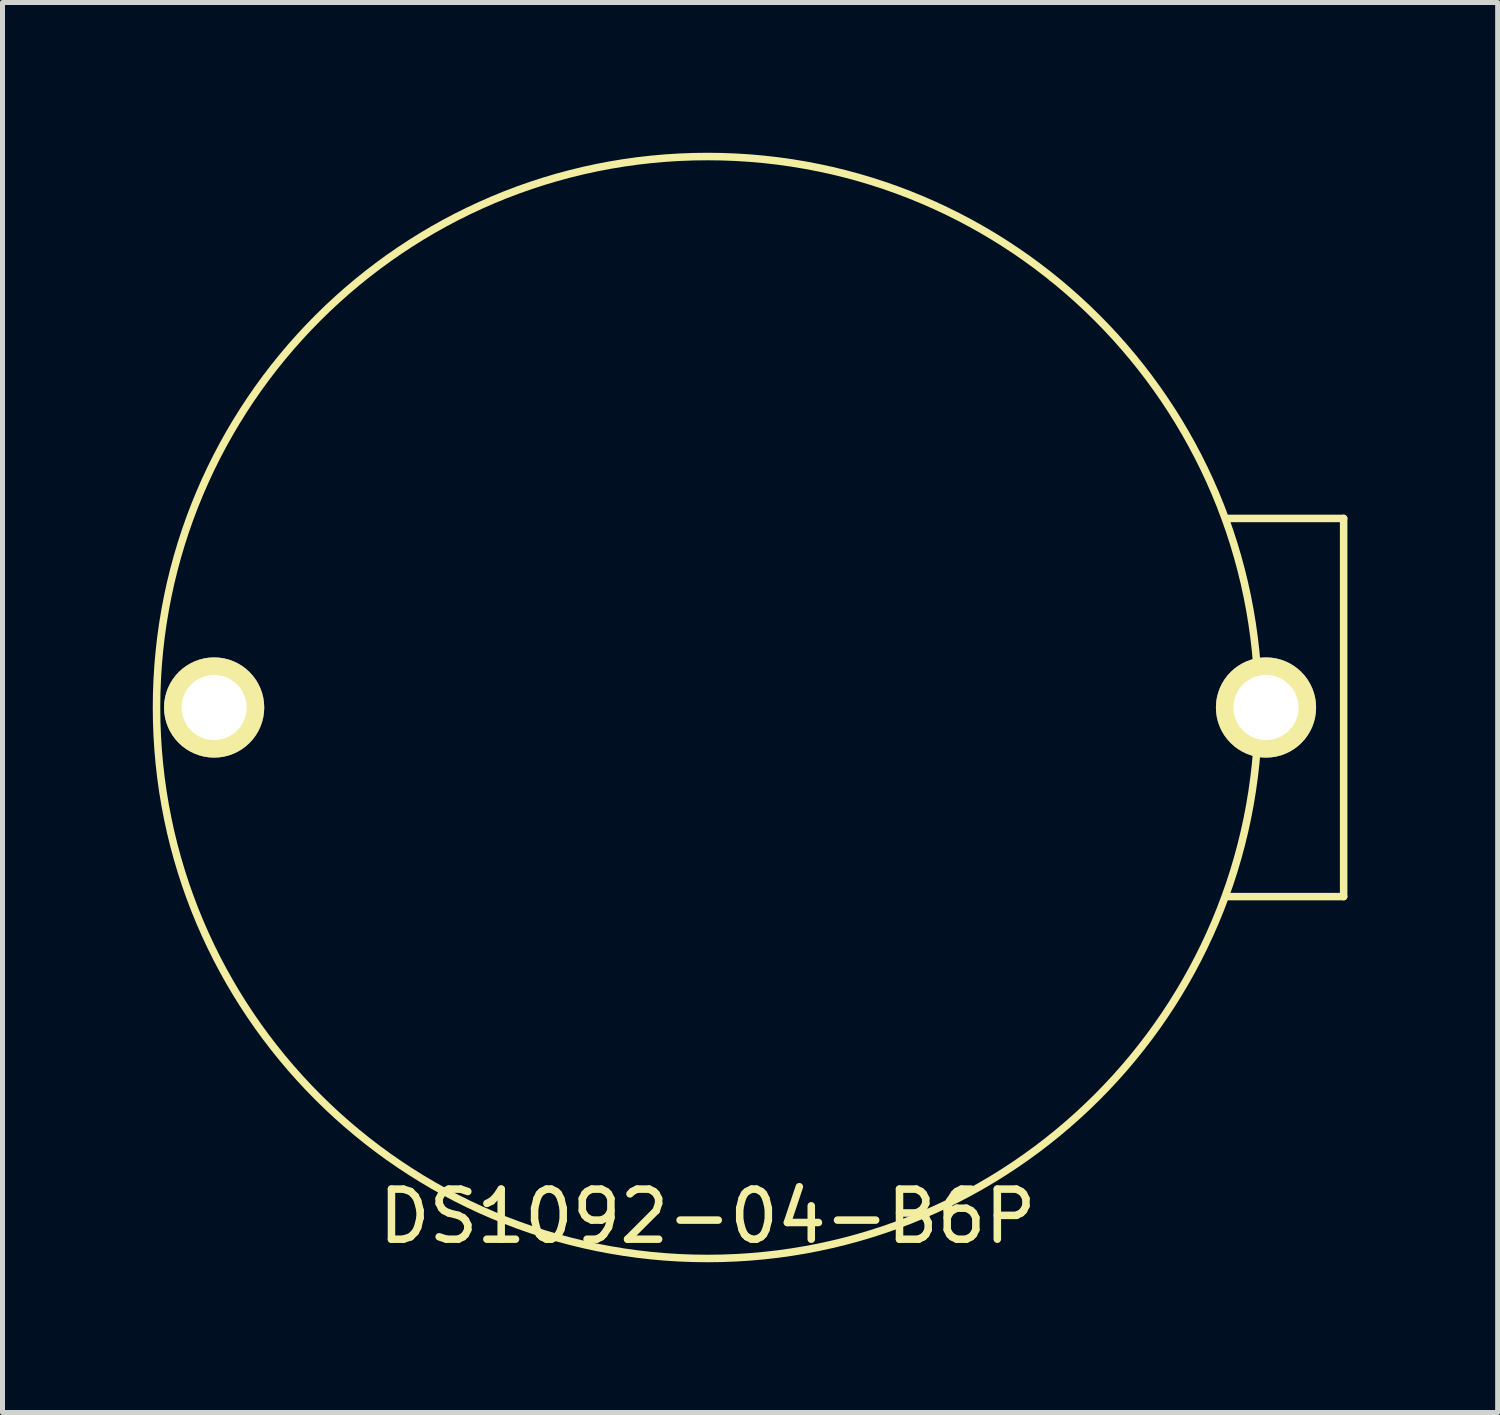
<source format=kicad_pcb>
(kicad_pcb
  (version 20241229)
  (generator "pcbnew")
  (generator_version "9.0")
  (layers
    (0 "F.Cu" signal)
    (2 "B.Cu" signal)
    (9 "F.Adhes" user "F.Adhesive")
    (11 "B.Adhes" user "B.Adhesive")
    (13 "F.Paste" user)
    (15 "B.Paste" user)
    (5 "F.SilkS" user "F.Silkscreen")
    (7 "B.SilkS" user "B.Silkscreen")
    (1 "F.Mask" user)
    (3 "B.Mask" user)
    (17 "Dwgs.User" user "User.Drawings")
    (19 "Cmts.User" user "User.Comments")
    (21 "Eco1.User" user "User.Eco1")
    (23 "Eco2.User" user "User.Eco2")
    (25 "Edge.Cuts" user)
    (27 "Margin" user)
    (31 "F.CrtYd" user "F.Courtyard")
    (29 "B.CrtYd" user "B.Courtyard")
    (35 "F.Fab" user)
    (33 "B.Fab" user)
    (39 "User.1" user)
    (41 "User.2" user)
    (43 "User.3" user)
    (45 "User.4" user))
  (footprint "DS1092-04-B6P"
    (layer "F.Cu")
    (at 11.075 11.075)
    (property "Reference" "DS1092-04-B6P" (at 0 10.16 0) (layer "F.SilkS") (effects (font (size 1 1) (thickness 0.15))))
    (attr through_hole)
    (fp_line (start 12.7 -3.775) (end 10.4 -3.775) (stroke (width 0.15) (type solid)) (layer "F.SilkS"))
    (fp_line (start 12.7 -3.775) (end 12.7 3.775) (stroke (width 0.15) (type solid)) (layer "F.SilkS"))
    (fp_line (start 12.7 3.775) (end 10.4 3.775) (stroke (width 0.15) (type solid)) (layer "F.SilkS"))
    (fp_circle (center 0 0) (end 11 0) (stroke (width 0.15) (type solid)) (fill no) (layer "F.SilkS"))
    (pad "1" thru_hole circle (at 11.15 0) (size 2 2) (drill 1.3) (layers "*.Cu" "*.Mask" "F.SilkS"))
    (pad "2" thru_hole circle (at -9.85 0) (size 2 2) (drill 1.3) (layers "*.Cu" "*.Mask" "F.SilkS")))
  (gr_rect
    (start -3 -3)
    (end 26.85 25.15)
    (stroke (width 0.1) (type default))
    (fill no)
    (layer "Edge.Cuts")))
</source>
